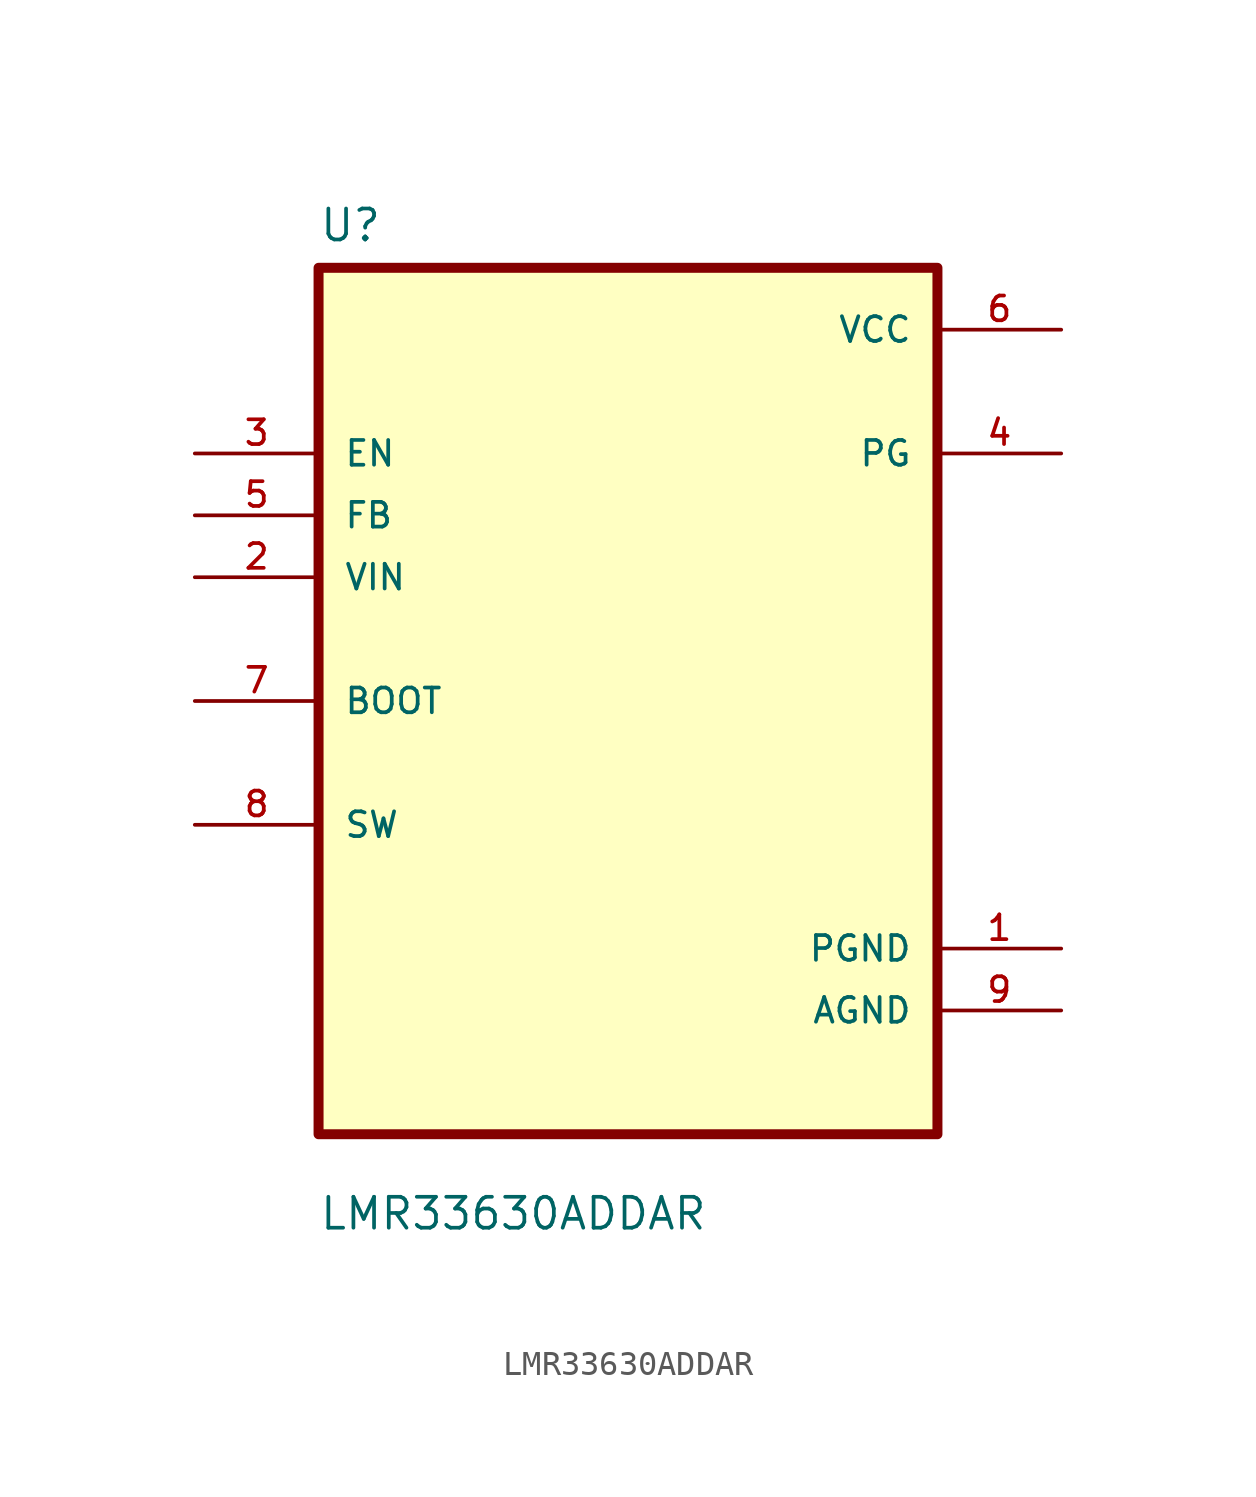
<source format=kicad_sym>
(kicad_symbol_lib
  (version 20211014)
  (generator kicad_symbol_editor)
  (symbol "LMR33630ADDAR"
    (pin_names
      (offset 1.016))
    (property "Reference" "U"
      (at -12.7 18.78 0.0)
      (effects (font (size 1.27 1.27)) (justify bottom left)))
    (property "Value" "LMR33630ADDAR"
      (at -12.7 -21.78 0.0)
      (effects (font (size 1.27 1.27)) (justify bottom left)))
    (symbol "LMR33630ADDAR_0_0"
      (rectangle (start -12.7 -17.78) (end 12.7 17.78) (stroke (width 0.41)) (fill (type background)))
      (pin input line (at -17.78 10.16 0) (length 5.08) (name "EN" (effects (font (size 1.016 1.016)))) (number "3" (effects (font (size 1.016 1.016)))))
      (pin input line (at -17.78 7.62 0) (length 5.08) (name "FB" (effects (font (size 1.016 1.016)))) (number "5" (effects (font (size 1.016 1.016)))))
      (pin input line (at -17.78 5.08 0) (length 5.08) (name "VIN" (effects (font (size 1.016 1.016)))) (number "2" (effects (font (size 1.016 1.016)))))
      (pin bidirectional line (at -17.78 0.0 0) (length 5.08) (name "BOOT" (effects (font (size 1.016 1.016)))) (number "7" (effects (font (size 1.016 1.016)))))
      (pin bidirectional line (at -17.78 -5.08 0) (length 5.08) (name "SW" (effects (font (size 1.016 1.016)))) (number "8" (effects (font (size 1.016 1.016)))))
      (pin power_in line (at 17.78 15.24 180.0) (length 5.08) (name "VCC" (effects (font (size 1.016 1.016)))) (number "6" (effects (font (size 1.016 1.016)))))
      (pin output line (at 17.78 10.16 180.0) (length 5.08) (name "PG" (effects (font (size 1.016 1.016)))) (number "4" (effects (font (size 1.016 1.016)))))
      (pin power_in line (at 17.78 -10.16 180.0) (length 5.08) (name "PGND" (effects (font (size 1.016 1.016)))) (number "1" (effects (font (size 1.016 1.016)))))
      (pin power_in line (at 17.78 -12.7 180.0) (length 5.08) (name "AGND" (effects (font (size 1.016 1.016)))) (number "9" (effects (font (size 1.016 1.016))))))))
</source>
